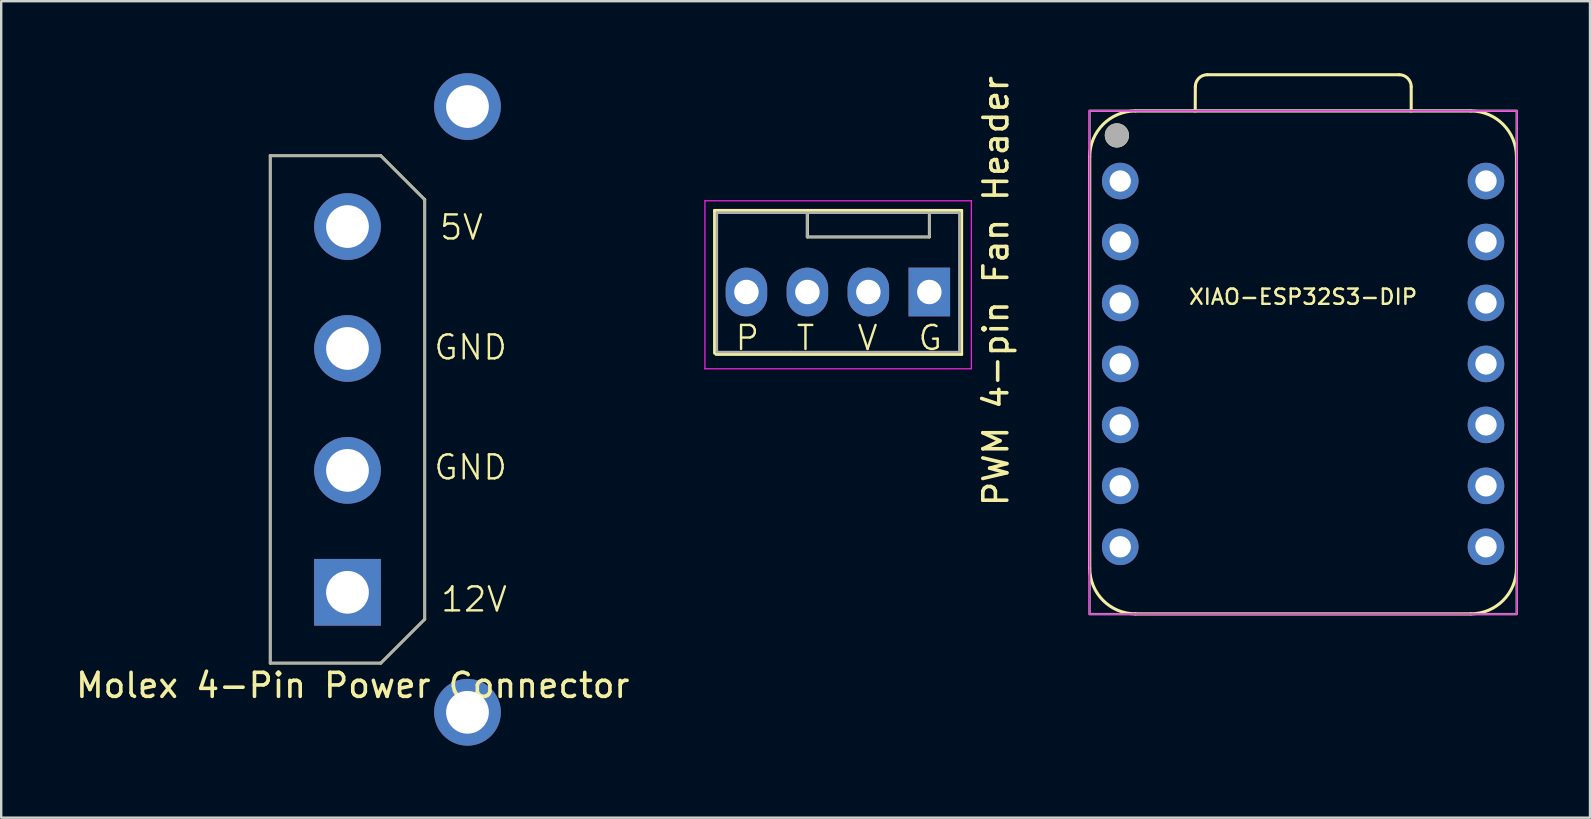
<source format=kicad_pcb>
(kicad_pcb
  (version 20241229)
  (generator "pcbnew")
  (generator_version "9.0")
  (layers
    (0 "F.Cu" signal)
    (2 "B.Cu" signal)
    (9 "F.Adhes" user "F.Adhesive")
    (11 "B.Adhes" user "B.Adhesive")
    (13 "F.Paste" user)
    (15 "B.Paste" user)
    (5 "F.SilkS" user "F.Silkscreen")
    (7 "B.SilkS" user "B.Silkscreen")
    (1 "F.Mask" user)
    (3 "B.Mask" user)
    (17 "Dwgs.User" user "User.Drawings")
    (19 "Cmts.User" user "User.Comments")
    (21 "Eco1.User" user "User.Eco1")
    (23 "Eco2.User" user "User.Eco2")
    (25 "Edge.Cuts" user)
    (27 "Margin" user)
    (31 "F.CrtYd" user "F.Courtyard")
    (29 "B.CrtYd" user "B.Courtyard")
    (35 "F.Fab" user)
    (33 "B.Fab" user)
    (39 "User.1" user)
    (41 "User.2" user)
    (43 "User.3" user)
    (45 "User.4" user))
  (footprint "Molex 4-Pin Power Connector"
    (layer "F.Cu")
    (at 11.429 14.01)
    (property "Reference" "Molex 4-Pin Power Connector" (at 0.22 11.5 0) (layer "F.SilkS") (effects (font (size 1 1) (thickness 0.15))))
    (attr through_hole)
    (fp_line (start -3.22 -10.57) (end 1.39 -10.57) (stroke (width 0.12) (type solid)) (layer "F.SilkS"))
    (fp_line (start -3.22 10.57) (end -3.22 -10.57) (stroke (width 0.12) (type solid)) (layer "F.SilkS"))
    (fp_line (start 1.39 -10.57) (end 3.22 -8.74) (stroke (width 0.12) (type solid)) (layer "F.SilkS"))
    (fp_line (start 1.39 10.57) (end -3.22 10.57) (stroke (width 0.12) (type solid)) (layer "F.SilkS"))
    (fp_line (start 3.22 -8.74) (end 3.22 8.74) (stroke (width 0.12) (type solid)) (layer "F.SilkS"))
    (fp_line (start 3.22 8.74) (end 1.39 10.57) (stroke (width 0.12) (type solid)) (layer "F.SilkS"))
    (fp_line (start -3.22 -10.57) (end 1.39 -10.57) (stroke (width 0.1) (type solid)) (layer "F.Fab"))
    (fp_line (start -3.22 10.57) (end -3.22 -10.57) (stroke (width 0.1) (type solid)) (layer "F.Fab"))
    (fp_line (start 1.39 -10.57) (end 3.22 -8.74) (stroke (width 0.1) (type solid)) (layer "F.Fab"))
    (fp_line (start 1.39 10.57) (end -3.22 10.57) (stroke (width 0.1) (type solid)) (layer "F.Fab"))
    (fp_line (start 3.22 -8.74) (end 3.22 8.74) (stroke (width 0.1) (type solid)) (layer "F.Fab"))
    (fp_line (start 3.22 8.74) (end 1.39 10.57) (stroke (width 0.1) (type solid)) (layer "F.Fab"))
    (fp_text user "GND" (at 6.72 3 0) (unlocked yes) (layer "F.SilkS") (effects (font (size 1 1) (thickness 0.1)) (justify right bottom)))
    (fp_text user "12V" (at 6.72 8.5 0) (unlocked yes) (layer "F.SilkS") (effects (font (size 1 1) (thickness 0.1)) (justify right bottom)))
    (fp_text user "GND" (at 6.72 -2 0) (unlocked yes) (layer "F.SilkS") (effects (font (size 1 1) (thickness 0.1)) (justify right bottom)))
    (fp_text user "5V" (at 5.72 -7 0) (unlocked yes) (layer "F.SilkS") (effects (font (size 1 1) (thickness 0.1)) (justify right bottom)))
    (pad "" np_thru_hole circle (at 5 -12.62 270) (size 2.78 2.78) (drill 1.78) (layers "*.Cu" "*.Mask"))
    (pad "" np_thru_hole circle (at 5 12.62 270) (size 2.78 2.78) (drill 1.78) (layers "*.Cu" "*.Mask"))
    (pad "1" thru_hole rect (at 0 7.62 270) (size 2.78 2.78) (drill 1.78) (layers "*.Cu" "*.Mask"))
    (pad "2" thru_hole circle (at 0 2.54 270) (size 2.78 2.78) (drill 1.78) (layers "*.Cu" "*.Mask"))
    (pad "3" thru_hole circle (at 0 -2.54 270) (size 2.78 2.78) (drill 1.78) (layers "*.Cu" "*.Mask"))
    (pad "4" thru_hole circle (at 0 -7.62 270) (size 2.78 2.78) (drill 1.78) (layers "*.Cu" "*.Mask")))
  (footprint "XIAO-ESP32S3-DIP"
    (layer "F.Cu")
    (at 51.248 12.114)
    (property "Reference" "XIAO-ESP32S3-DIP" (at 0 -2.794 0) (unlocked yes) (layer "F.SilkS") (effects (font (size 0.635 0.635) (thickness 0.102))))
    (attr smd)
    (fp_line (start -8.89 8.509) (end -8.89 -8.636) (stroke (width 0.127) (type solid)) (layer "F.SilkS"))
    (fp_line (start -6.985 10.414) (end 6.985 10.414) (stroke (width 0.127) (type solid)) (layer "F.SilkS"))
    (fp_line (start -4.495 -10.541) (end -4.491 -11.551) (stroke (width 0.127) (type solid)) (layer "F.SilkS"))
    (fp_line (start -3.991 -12.051) (end 4.004 -12.051) (stroke (width 0.127) (type solid)) (layer "F.SilkS"))
    (fp_line (start 4.504 -11.551) (end 4.504 -10.541) (stroke (width 0.127) (type solid)) (layer "F.SilkS"))
    (fp_line (start 6.985 -10.541) (end -6.985 -10.541) (stroke (width 0.1) (type solid)) (layer "F.SilkS"))
    (fp_line (start 6.985 -10.541) (end -6.985 -10.541) (stroke (width 0.127) (type solid)) (layer "F.SilkS"))
    (fp_line (start 8.89 8.509) (end 8.89 -8.636) (stroke (width 0.127) (type solid)) (layer "F.SilkS"))
    (fp_arc (start -8.89 -8.636) (mid -8.332038 -9.983038) (end -6.985 -10.541) (stroke (width 0.127) (type solid)) (layer "F.SilkS"))
    (fp_arc (start -6.985 10.414) (mid -8.332038 9.856038) (end -8.89 8.509) (stroke (width 0.127) (type solid)) (layer "F.SilkS"))
    (fp_arc (start -4.491272 -11.551272) (mid -4.344728 -11.90464) (end -3.991272 -12.051) (stroke (width 0.127) (type default)) (layer "F.SilkS"))
    (fp_arc (start 4.004 -12.051) (mid 4.357553 -11.904553) (end 4.504 -11.551) (stroke (width 0.127) (type default)) (layer "F.SilkS"))
    (fp_arc (start 6.985 -10.541) (mid 8.332038 -9.983038) (end 8.89 -8.636) (stroke (width 0.127) (type solid)) (layer "F.SilkS"))
    (fp_arc (start 8.89 8.509) (mid 8.332038 9.856038) (end 6.985 10.414) (stroke (width 0.127) (type solid)) (layer "F.SilkS"))
    (fp_circle (center -7.761 -9.52) (end -7.761 -9.774) (stroke (width 0.5) (type solid)) (fill yes) (layer "F.SilkS"))
    (fp_rect (start -8.9 -10.55) (end 8.9 10.425) (stroke (width 0.05) (type default)) (fill no) (layer "F.CrtYd"))
    (fp_rect (start -8.9 -10.55) (end 8.9 10.425) (stroke (width 0.1) (type default)) (fill no) (layer "F.Fab"))
    (fp_circle (center -7.758 -9.526) (end -7.758 -9.78) (stroke (width 0.5) (type solid)) (fill no) (layer "F.Fab"))
    (pad "1" thru_hole circle (at -7.62 -7.62 180) (size 1.524 1.524) (drill 0.889) (layers "*.Cu" "*.Mask"))
    (pad "2" thru_hole circle (at -7.62 -5.08 180) (size 1.524 1.524) (drill 0.889) (layers "*.Cu" "*.Mask"))
    (pad "3" thru_hole circle (at -7.62 -2.54 180) (size 1.524 1.524) (drill 0.889) (layers "*.Cu" "*.Mask"))
    (pad "4" thru_hole circle (at -7.62 0 180) (size 1.524 1.524) (drill 0.889) (layers "*.Cu" "*.Mask"))
    (pad "5" thru_hole circle (at -7.62 2.54 180) (size 1.524 1.524) (drill 0.889) (layers "*.Cu" "*.Mask"))
    (pad "6" thru_hole circle (at -7.62 5.08 180) (size 1.524 1.524) (drill 0.889) (layers "*.Cu" "*.Mask"))
    (pad "7" thru_hole circle (at -7.62 7.62 180) (size 1.524 1.524) (drill 0.889) (layers "*.Cu" "*.Mask"))
    (pad "8" thru_hole circle (at 7.62 7.62) (size 1.524 1.524) (drill 0.889) (layers "*.Cu" "*.Mask"))
    (pad "9" thru_hole circle (at 7.62 5.08) (size 1.524 1.524) (drill 0.889) (layers "*.Cu" "*.Mask"))
    (pad "10" thru_hole circle (at 7.62 2.54) (size 1.524 1.524) (drill 0.889) (layers "*.Cu" "*.Mask"))
    (pad "11" thru_hole circle (at 7.62 0) (size 1.524 1.524) (drill 0.889) (layers "*.Cu" "*.Mask"))
    (pad "12" thru_hole circle (at 7.62 -2.54) (size 1.524 1.524) (drill 0.889) (layers "*.Cu" "*.Mask"))
    (pad "13" thru_hole circle (at 7.62 -5.08) (size 1.524 1.524) (drill 0.889) (layers "*.Cu" "*.Mask"))
    (pad "14" thru_hole circle (at 7.62 -7.62) (size 1.524 1.524) (drill 0.889) (layers "*.Cu" "*.Mask")))
  (footprint "PWM 4-pin Fan Header"
    (layer "F.Cu")
    (at 31.843 9.077)
    (property "Reference" "PWM 4-pin Fan Header" (at 6.604 0 90) (layer "F.SilkS") (effects (font (size 1 1) (thickness 0.15))))
    (attr through_hole)
    (fp_line (start -5.12 -3.36) (end 5.18 -3.36) (stroke (width 0.12) (type solid)) (layer "F.SilkS"))
    (fp_line (start -5.12 2.59) (end -5.12 -3.36) (stroke (width 0.12) (type solid)) (layer "F.SilkS"))
    (fp_line (start -1.25 -2.25) (end -1.25 -3.26) (stroke (width 0.12) (type solid)) (layer "F.SilkS"))
    (fp_line (start 3.83 -3.26) (end 3.83 -2.25) (stroke (width 0.12) (type solid)) (layer "F.SilkS"))
    (fp_line (start 3.83 -2.25) (end -1.25 -2.25) (stroke (width 0.12) (type solid)) (layer "F.SilkS"))
    (fp_line (start 5.18 -3.36) (end 5.18 2.64) (stroke (width 0.12) (type solid)) (layer "F.SilkS"))
    (fp_line (start 5.18 2.64) (end -5.06 2.64) (stroke (width 0.12) (type solid)) (layer "F.SilkS"))
    (fp_line (start -5.52 3.24) (end -5.52 -3.76) (stroke (width 0.05) (type solid)) (layer "F.CrtYd"))
    (fp_line (start -5.52 3.24) (end 5.58 3.24) (stroke (width 0.05) (type solid)) (layer "F.CrtYd"))
    (fp_line (start 5.58 -3.76) (end -5.52 -3.76) (stroke (width 0.05) (type solid)) (layer "F.CrtYd"))
    (fp_line (start 5.58 -3.76) (end 5.58 3.24) (stroke (width 0.05) (type solid)) (layer "F.CrtYd"))
    (fp_line (start -5.02 -3.26) (end 5.03 -3.26) (stroke (width 0.1) (type solid)) (layer "F.Fab"))
    (fp_line (start -5.02 2.54) (end -5.02 -3.26) (stroke (width 0.1) (type solid)) (layer "F.Fab"))
    (fp_line (start -1.92 2.54) (end -5.02 2.54) (stroke (width 0.1) (type solid)) (layer "F.Fab"))
    (fp_line (start -1.27 -3.26) (end -1.27 -2.26) (stroke (width 0.1) (type solid)) (layer "F.Fab"))
    (fp_line (start -1.27 -2.26) (end 3.83 -2.26) (stroke (width 0.1) (type solid)) (layer "F.Fab"))
    (fp_line (start 3.83 -2.26) (end 3.83 -3.26) (stroke (width 0.1) (type solid)) (layer "F.Fab"))
    (fp_line (start 5.03 -3.26) (end 5.08 -3.26) (stroke (width 0.1) (type solid)) (layer "F.Fab"))
    (fp_line (start 5.08 -3.26) (end 5.08 2.54) (stroke (width 0.1) (type solid)) (layer "F.Fab"))
    (fp_line (start 5.08 2.54) (end -1.92 2.54) (stroke (width 0.1) (type solid)) (layer "F.Fab"))
    (fp_text user "T" (at -1.778 2.54 0) (unlocked yes) (layer "F.SilkS") (effects (font (size 1 1) (thickness 0.1)) (justify left bottom)))
    (fp_text user "V" (at 0.762 2.54 0) (unlocked yes) (layer "F.SilkS") (effects (font (size 1 1) (thickness 0.1)) (justify left bottom)))
    (fp_text user "G" (at 3.302 2.54 0) (unlocked yes) (layer "F.SilkS") (effects (font (size 1 1) (thickness 0.1)) (justify left bottom)))
    (fp_text user "P" (at -4.318 2.54 0) (unlocked yes) (layer "F.SilkS") (effects (font (size 1 1) (thickness 0.1)) (justify left bottom)))
    (pad "1" thru_hole rect (at 3.83 0.04 270) (size 2.03 1.73) (drill 1.02) (layers "*.Cu" "*.Mask"))
    (pad "2" thru_hole oval (at 1.29 0.04 270) (size 2.03 1.73) (drill 1.02) (layers "*.Cu" "*.Mask"))
    (pad "3" thru_hole oval (at -1.25 0.04 270) (size 2.03 1.73) (drill 1.02) (layers "*.Cu" "*.Mask"))
    (pad "4" thru_hole oval (at -3.79 0.04 270) (size 2.03 1.73) (drill 1.02) (layers "*.Cu" "*.Mask")))
  (gr_rect
    (start -3 -3)
    (end 63.202 31.02)
    (stroke (width 0.1) (type default))
    (fill no)
    (layer "Edge.Cuts")))
</source>
